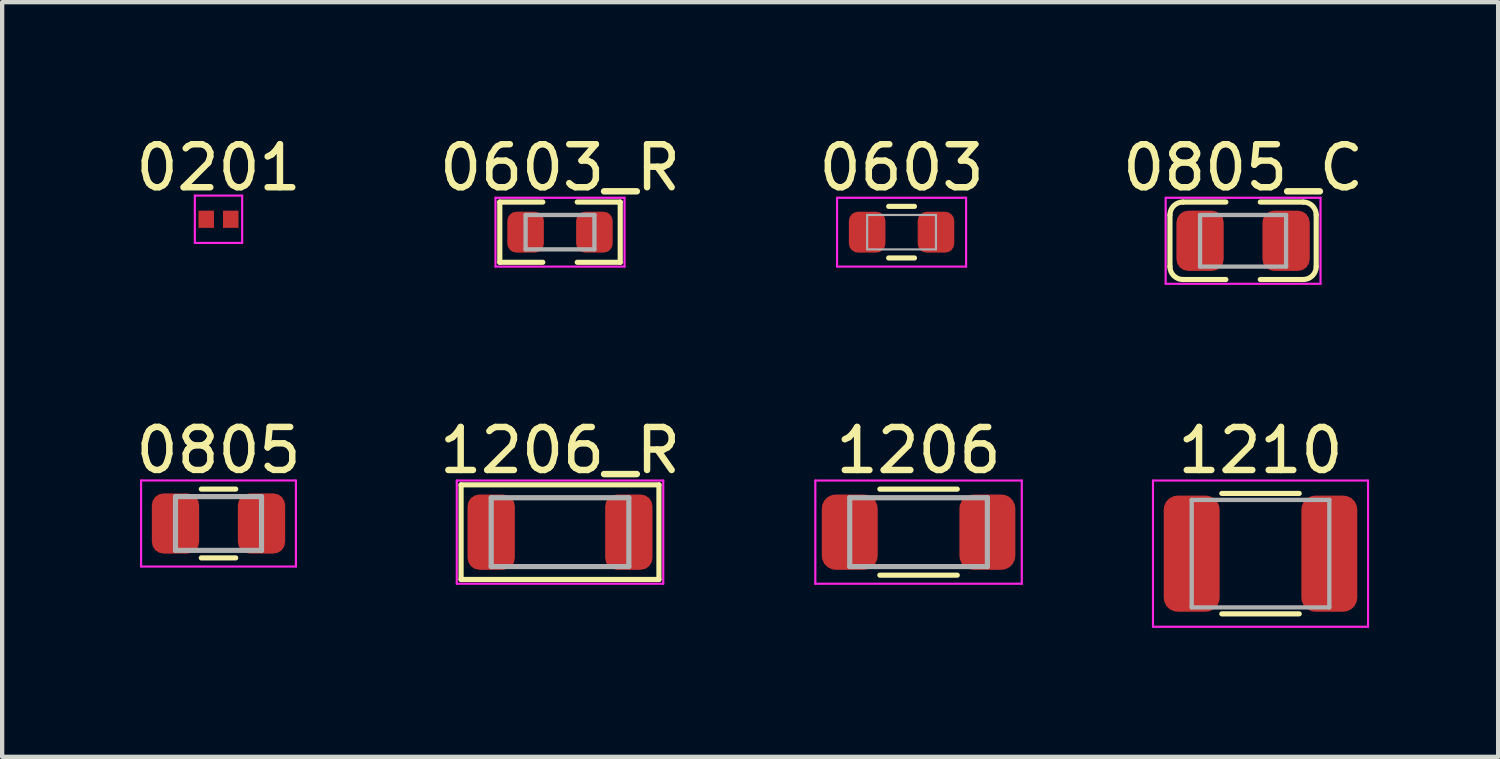
<source format=kicad_pcb>
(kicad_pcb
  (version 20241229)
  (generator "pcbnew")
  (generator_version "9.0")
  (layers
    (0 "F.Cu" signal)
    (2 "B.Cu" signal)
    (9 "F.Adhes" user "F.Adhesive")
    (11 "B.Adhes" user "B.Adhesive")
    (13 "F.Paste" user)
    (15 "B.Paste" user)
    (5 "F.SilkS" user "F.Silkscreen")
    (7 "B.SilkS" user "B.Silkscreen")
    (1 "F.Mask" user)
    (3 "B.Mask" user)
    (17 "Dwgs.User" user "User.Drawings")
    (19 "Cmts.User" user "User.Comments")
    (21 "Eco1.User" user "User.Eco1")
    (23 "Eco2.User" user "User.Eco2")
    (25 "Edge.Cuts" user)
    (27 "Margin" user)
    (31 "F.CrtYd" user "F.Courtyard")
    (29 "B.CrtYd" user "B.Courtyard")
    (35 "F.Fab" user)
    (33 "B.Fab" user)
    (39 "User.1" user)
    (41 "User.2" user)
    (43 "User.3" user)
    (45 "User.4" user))
  (footprint "1206_R"
    (layer "F.Cu")
    (at 9.97 9.322)
    (property "Reference" "1206_R" (at 0 -1.9 0) (layer "F.SilkS") (effects (font (size 1 1) (thickness 0.15))))
    (attr through_hole)
    (fp_line (start -2.3 -1.1) (end -2.3 1.1) (stroke (width 0.12) (type solid)) (layer "F.SilkS"))
    (fp_line (start -2.3 1.1) (end 2.3 1.1) (stroke (width 0.12) (type solid)) (layer "F.SilkS"))
    (fp_line (start 2.3 -1.1) (end -2.3 -1.1) (stroke (width 0.12) (type solid)) (layer "F.SilkS"))
    (fp_line (start 2.3 1.1) (end 2.3 -1.1) (stroke (width 0.12) (type solid)) (layer "F.SilkS"))
    (fp_line (start -2.4 -1.2) (end 2.4 -1.2) (stroke (width 0.05) (type solid)) (layer "F.CrtYd"))
    (fp_line (start -2.4 1.2) (end -2.4 -1.2) (stroke (width 0.05) (type solid)) (layer "F.CrtYd"))
    (fp_line (start 2.4 -1.2) (end 2.4 1.2) (stroke (width 0.05) (type solid)) (layer "F.CrtYd"))
    (fp_line (start 2.4 1.2) (end -2.4 1.2) (stroke (width 0.05) (type solid)) (layer "F.CrtYd"))
    (fp_line (start -1.6 -0.8) (end -1.6 0.8) (stroke (width 0.12) (type solid)) (layer "F.Fab"))
    (fp_line (start -1.6 0.8) (end 1.6 0.8) (stroke (width 0.12) (type solid)) (layer "F.Fab"))
    (fp_line (start 1.6 -0.8) (end -1.6 -0.8) (stroke (width 0.12) (type solid)) (layer "F.Fab"))
    (fp_line (start 1.6 0.8) (end 1.6 -0.8) (stroke (width 0.12) (type solid)) (layer "F.Fab"))
    (pad "1" smd roundrect (at -1.6 0) (size 1.1 1.75) (layers "F.Cu" "F.Mask" "F.Paste") (roundrect_rratio 0.25))
    (pad "2" smd roundrect (at 1.6 0) (size 1.1 1.75) (layers "F.Cu" "F.Mask" "F.Paste") (roundrect_rratio 0.25)))
  (footprint "0201"
    (layer "F.Cu")
    (at 2.03 2.048)
    (property "Reference" "0201" (at 0 -1.2 0) (layer "F.SilkS") (effects (font (size 1 1) (thickness 0.15))))
    (attr through_hole)
    (fp_line (start -0.55 -0.55) (end 0.55 -0.55) (stroke (width 0.05) (type solid)) (layer "F.CrtYd"))
    (fp_line (start -0.55 0.55) (end -0.55 -0.55) (stroke (width 0.05) (type solid)) (layer "F.CrtYd"))
    (fp_line (start 0.55 -0.55) (end 0.55 0.55) (stroke (width 0.05) (type solid)) (layer "F.CrtYd"))
    (fp_line (start 0.55 0.55) (end -0.55 0.55) (stroke (width 0.05) (type solid)) (layer "F.CrtYd"))
    (pad "1" smd rect (at -0.285 0) (size 0.36 0.4) (layers "F.Cu" "F.Mask" "F.Paste"))
    (pad "2" smd rect (at 0.285 0) (size 0.36 0.4) (layers "F.Cu" "F.Mask" "F.Paste")))
  (footprint "0805"
    (layer "F.Cu")
    (at 2.03 9.121)
    (property "Reference" "0805" (at 0 -1.7 0) (layer "F.SilkS") (effects (font (size 1 1) (thickness 0.15))))
    (attr through_hole)
    (fp_line (start -0.4 -0.8) (end 0.4 -0.8) (stroke (width 0.12) (type solid)) (layer "F.SilkS"))
    (fp_line (start -0.4 0.8) (end 0.4 0.8) (stroke (width 0.12) (type solid)) (layer "F.SilkS"))
    (fp_line (start -1.8 -1) (end -1.8 1) (stroke (width 0.05) (type solid)) (layer "F.CrtYd"))
    (fp_line (start -1.8 -1) (end 1.8 -1) (stroke (width 0.05) (type solid)) (layer "F.CrtYd"))
    (fp_line (start 1.8 -1) (end 1.8 1) (stroke (width 0.05) (type solid)) (layer "F.CrtYd"))
    (fp_line (start 1.8 1) (end -1.8 1) (stroke (width 0.05) (type solid)) (layer "F.CrtYd"))
    (fp_line (start -1 -0.625) (end 1 -0.625) (stroke (width 0.12) (type solid)) (layer "F.Fab"))
    (fp_line (start -1 0.625) (end -1 -0.625) (stroke (width 0.12) (type solid)) (layer "F.Fab"))
    (fp_line (start -1 0.625) (end 1 0.625) (stroke (width 0.12) (type solid)) (layer "F.Fab"))
    (fp_line (start 1 0.625) (end 1 -0.625) (stroke (width 0.12) (type solid)) (layer "F.Fab"))
    (pad "1" smd roundrect (at -1 0) (size 1.1 1.4) (layers "F.Cu" "F.Mask" "F.Paste") (roundrect_rratio 0.25))
    (pad "2" smd roundrect (at 1 0) (size 1.1 1.4) (layers "F.Cu" "F.Mask" "F.Paste") (roundrect_rratio 0.25)))
  (footprint "0805_C"
    (layer "F.Cu")
    (at 25.851 2.548)
    (property "Reference" "0805_C" (at 0 -1.7 0) (layer "F.SilkS") (effects (font (size 1 1) (thickness 0.15))))
    (attr through_hole)
    (fp_line (start -1.7 0.6) (end -1.7 -0.6) (stroke (width 0.12) (type solid)) (layer "F.SilkS"))
    (fp_line (start -1.4 -0.9) (end -0.4 -0.9) (stroke (width 0.12) (type solid)) (layer "F.SilkS"))
    (fp_line (start -1.4 0.9) (end -0.4 0.9) (stroke (width 0.12) (type solid)) (layer "F.SilkS"))
    (fp_line (start 0.4 -0.9) (end 1.4 -0.9) (stroke (width 0.12) (type solid)) (layer "F.SilkS"))
    (fp_line (start 0.4 0.9) (end 1.4 0.9) (stroke (width 0.12) (type solid)) (layer "F.SilkS"))
    (fp_line (start 1.7 0.6) (end 1.7 -0.6) (stroke (width 0.12) (type solid)) (layer "F.SilkS"))
    (fp_arc (start -1.7 -0.6) (mid -1.612132 -0.812132) (end -1.4 -0.9) (stroke (width 0.12) (type solid)) (layer "F.SilkS"))
    (fp_arc (start -1.4 0.9) (mid -1.612132 0.812132) (end -1.7 0.6) (stroke (width 0.12) (type solid)) (layer "F.SilkS"))
    (fp_arc (start 1.4 -0.9) (mid 1.612132 -0.812132) (end 1.7 -0.6) (stroke (width 0.12) (type solid)) (layer "F.SilkS"))
    (fp_arc (start 1.7 0.6) (mid 1.612132 0.812132) (end 1.4 0.9) (stroke (width 0.12) (type solid)) (layer "F.SilkS"))
    (fp_line (start -1.8 -1) (end 1.8 -1) (stroke (width 0.05) (type solid)) (layer "F.CrtYd"))
    (fp_line (start -1.8 1) (end -1.8 -1) (stroke (width 0.05) (type solid)) (layer "F.CrtYd"))
    (fp_line (start 1.8 -1) (end 1.8 1) (stroke (width 0.05) (type solid)) (layer "F.CrtYd"))
    (fp_line (start 1.8 1) (end -1.8 1) (stroke (width 0.05) (type solid)) (layer "F.CrtYd"))
    (fp_line (start -1 -0.6) (end 1 -0.6) (stroke (width 0.1) (type solid)) (layer "F.Fab"))
    (fp_line (start -1 0.6) (end -1 -0.6) (stroke (width 0.1) (type solid)) (layer "F.Fab"))
    (fp_line (start 1 -0.6) (end 1 0.6) (stroke (width 0.1) (type solid)) (layer "F.Fab"))
    (fp_line (start 1 0.6) (end -1 0.6) (stroke (width 0.1) (type solid)) (layer "F.Fab"))
    (pad "1" smd roundrect (at -1 0) (size 1.1 1.4) (layers "F.Cu" "F.Mask" "F.Paste") (roundrect_rratio 0.25))
    (pad "2" smd roundrect (at 1 0) (size 1.1 1.4) (layers "F.Cu" "F.Mask" "F.Paste") (roundrect_rratio 0.25)))
  (footprint "0603_R"
    (layer "F.Cu")
    (at 9.97 2.348)
    (property "Reference" "0603_R" (at 0 -1.5 0) (layer "F.SilkS") (effects (font (size 1 1) (thickness 0.15))))
    (attr through_hole)
    (fp_line (start -1.4 -0.7) (end -0.4 -0.7) (stroke (width 0.12) (type solid)) (layer "F.SilkS"))
    (fp_line (start -1.4 0.7) (end -1.4 -0.7) (stroke (width 0.12) (type solid)) (layer "F.SilkS"))
    (fp_line (start -1.4 0.7) (end -0.4 0.7) (stroke (width 0.12) (type solid)) (layer "F.SilkS"))
    (fp_line (start 0.4 -0.7) (end 1.4 -0.7) (stroke (width 0.12) (type solid)) (layer "F.SilkS"))
    (fp_line (start 0.4 0.7) (end 1.4 0.7) (stroke (width 0.12) (type solid)) (layer "F.SilkS"))
    (fp_line (start 1.4 0.7) (end 1.4 -0.7) (stroke (width 0.12) (type solid)) (layer "F.SilkS"))
    (fp_line (start -1.5 -0.8) (end 1.5 -0.8) (stroke (width 0.05) (type solid)) (layer "F.CrtYd"))
    (fp_line (start -1.5 0.8) (end -1.5 -0.8) (stroke (width 0.05) (type solid)) (layer "F.CrtYd"))
    (fp_line (start 1.5 -0.8) (end 1.5 0.8) (stroke (width 0.05) (type solid)) (layer "F.CrtYd"))
    (fp_line (start 1.5 0.8) (end -1.5 0.8) (stroke (width 0.05) (type solid)) (layer "F.CrtYd"))
    (fp_line (start -0.8 -0.4) (end 0.8 -0.4) (stroke (width 0.1) (type solid)) (layer "F.Fab"))
    (fp_line (start -0.8 0.4) (end -0.8 -0.4) (stroke (width 0.1) (type solid)) (layer "F.Fab"))
    (fp_line (start 0.8 -0.4) (end 0.8 0.4) (stroke (width 0.1) (type solid)) (layer "F.Fab"))
    (fp_line (start 0.8 0.4) (end -0.8 0.4) (stroke (width 0.1) (type solid)) (layer "F.Fab"))
    (pad "1" smd roundrect (at -0.8 0) (size 0.85 0.95) (layers "F.Cu" "F.Mask" "F.Paste") (roundrect_rratio 0.25))
    (pad "2" smd roundrect (at 0.8 0) (size 0.85 0.95) (layers "F.Cu" "F.Mask" "F.Paste") (roundrect_rratio 0.25)))
  (footprint "1210"
    (layer "F.Cu")
    (at 26.256 9.822)
    (property "Reference" "1210" (at 0 -2.4 0) (layer "F.SilkS") (effects (font (size 1 1) (thickness 0.15))))
    (attr through_hole)
    (fp_line (start -0.9 -1.4) (end 0.9 -1.4) (stroke (width 0.12) (type solid)) (layer "F.SilkS"))
    (fp_line (start -0.9 1.4) (end 0.9 1.4) (stroke (width 0.12) (type solid)) (layer "F.SilkS"))
    (fp_line (start -2.5 -1.7) (end 2.5 -1.7) (stroke (width 0.05) (type solid)) (layer "F.CrtYd"))
    (fp_line (start -2.5 1.7) (end -2.5 -1.7) (stroke (width 0.05) (type solid)) (layer "F.CrtYd"))
    (fp_line (start 2.5 -1.7) (end 2.5 1.7) (stroke (width 0.05) (type solid)) (layer "F.CrtYd"))
    (fp_line (start 2.5 1.7) (end -2.5 1.7) (stroke (width 0.05) (type solid)) (layer "F.CrtYd"))
    (fp_line (start -1.6 -1.25) (end 1.6 -1.25) (stroke (width 0.1) (type solid)) (layer "F.Fab"))
    (fp_line (start -1.6 1.25) (end -1.6 -1.25) (stroke (width 0.1) (type solid)) (layer "F.Fab"))
    (fp_line (start 1.6 -1.25) (end 1.6 1.25) (stroke (width 0.1) (type solid)) (layer "F.Fab"))
    (fp_line (start 1.6 1.25) (end -1.6 1.25) (stroke (width 0.1) (type solid)) (layer "F.Fab"))
    (pad "1" smd roundrect (at -1.6 0) (size 1.3 2.7) (layers "F.Cu" "F.Mask" "F.Paste") (roundrect_rratio 0.25))
    (pad "2" smd roundrect (at 1.6 0) (size 1.3 2.7) (layers "F.Cu" "F.Mask" "F.Paste") (roundrect_rratio 0.25)))
  (footprint "0603"
    (layer "F.Cu")
    (at 17.911 2.348)
    (property "Reference" "0603" (at 0 -1.5 0) (layer "F.SilkS") (effects (font (size 1 1) (thickness 0.15))))
    (attr through_hole)
    (fp_line (start -0.3 -0.6) (end 0.3 -0.6) (stroke (width 0.12) (type solid)) (layer "F.SilkS"))
    (fp_line (start -0.3 0.6) (end 0.3 0.6) (stroke (width 0.12) (type solid)) (layer "F.SilkS"))
    (fp_line (start -1.5 -0.8) (end 1.5 -0.8) (stroke (width 0.05) (type solid)) (layer "F.CrtYd"))
    (fp_line (start -1.5 0.8) (end -1.5 -0.8) (stroke (width 0.05) (type solid)) (layer "F.CrtYd"))
    (fp_line (start 1.5 -0.8) (end 1.5 0.8) (stroke (width 0.05) (type solid)) (layer "F.CrtYd"))
    (fp_line (start 1.5 0.8) (end -1.5 0.8) (stroke (width 0.05) (type solid)) (layer "F.CrtYd"))
    (fp_line (start -0.8 -0.4) (end 0.8 -0.4) (stroke (width 0.05) (type solid)) (layer "F.Fab"))
    (fp_line (start -0.8 0.4) (end -0.8 -0.4) (stroke (width 0.05) (type solid)) (layer "F.Fab"))
    (fp_line (start -0.8 0.4) (end 0.8 0.4) (stroke (width 0.05) (type solid)) (layer "F.Fab"))
    (fp_line (start 0.8 0.4) (end 0.8 -0.4) (stroke (width 0.05) (type solid)) (layer "F.Fab"))
    (pad "1" smd roundrect (at -0.8 0) (size 0.85 0.95) (layers "F.Cu" "F.Mask" "F.Paste") (roundrect_rratio 0.25))
    (pad "2" smd roundrect (at 0.8 0) (size 0.85 0.95) (layers "F.Cu" "F.Mask" "F.Paste") (roundrect_rratio 0.25)))
  (footprint "1206"
    (layer "F.Cu")
    (at 18.306 9.322)
    (property "Reference" "1206" (at 0 -1.9 0) (layer "F.SilkS") (effects (font (size 1 1) (thickness 0.15))))
    (attr through_hole)
    (fp_line (start -0.9 -1) (end 0.9 -1) (stroke (width 0.12) (type solid)) (layer "F.SilkS"))
    (fp_line (start -0.9 1) (end 0.9 1) (stroke (width 0.12) (type solid)) (layer "F.SilkS"))
    (fp_line (start -2.4 -1.2) (end 2.4 -1.2) (stroke (width 0.05) (type solid)) (layer "F.CrtYd"))
    (fp_line (start -2.4 1.2) (end -2.4 -1.2) (stroke (width 0.05) (type solid)) (layer "F.CrtYd"))
    (fp_line (start 2.4 -1.2) (end 2.4 1.2) (stroke (width 0.05) (type solid)) (layer "F.CrtYd"))
    (fp_line (start 2.4 1.2) (end -2.4 1.2) (stroke (width 0.05) (type solid)) (layer "F.CrtYd"))
    (fp_line (start -1.6 -0.8) (end 1.6 -0.8) (stroke (width 0.12) (type solid)) (layer "F.Fab"))
    (fp_line (start -1.6 0.8) (end -1.6 -0.8) (stroke (width 0.12) (type solid)) (layer "F.Fab"))
    (fp_line (start -1.6 0.8) (end 1.6 0.8) (stroke (width 0.12) (type solid)) (layer "F.Fab"))
    (fp_line (start 1.6 0.8) (end 1.6 -0.8) (stroke (width 0.12) (type solid)) (layer "F.Fab"))
    (pad "1" smd roundrect (at -1.6 0) (size 1.3 1.75) (layers "F.Cu" "F.Mask" "F.Paste") (roundrect_rratio 0.25))
    (pad "2" smd roundrect (at 1.6 0) (size 1.3 1.75) (layers "F.Cu" "F.Mask" "F.Paste") (roundrect_rratio 0.25)))
  (gr_rect
    (start -3 -3)
    (end 31.781 14.546)
    (stroke (width 0.1) (type default))
    (fill no)
    (layer "Edge.Cuts")))
</source>
